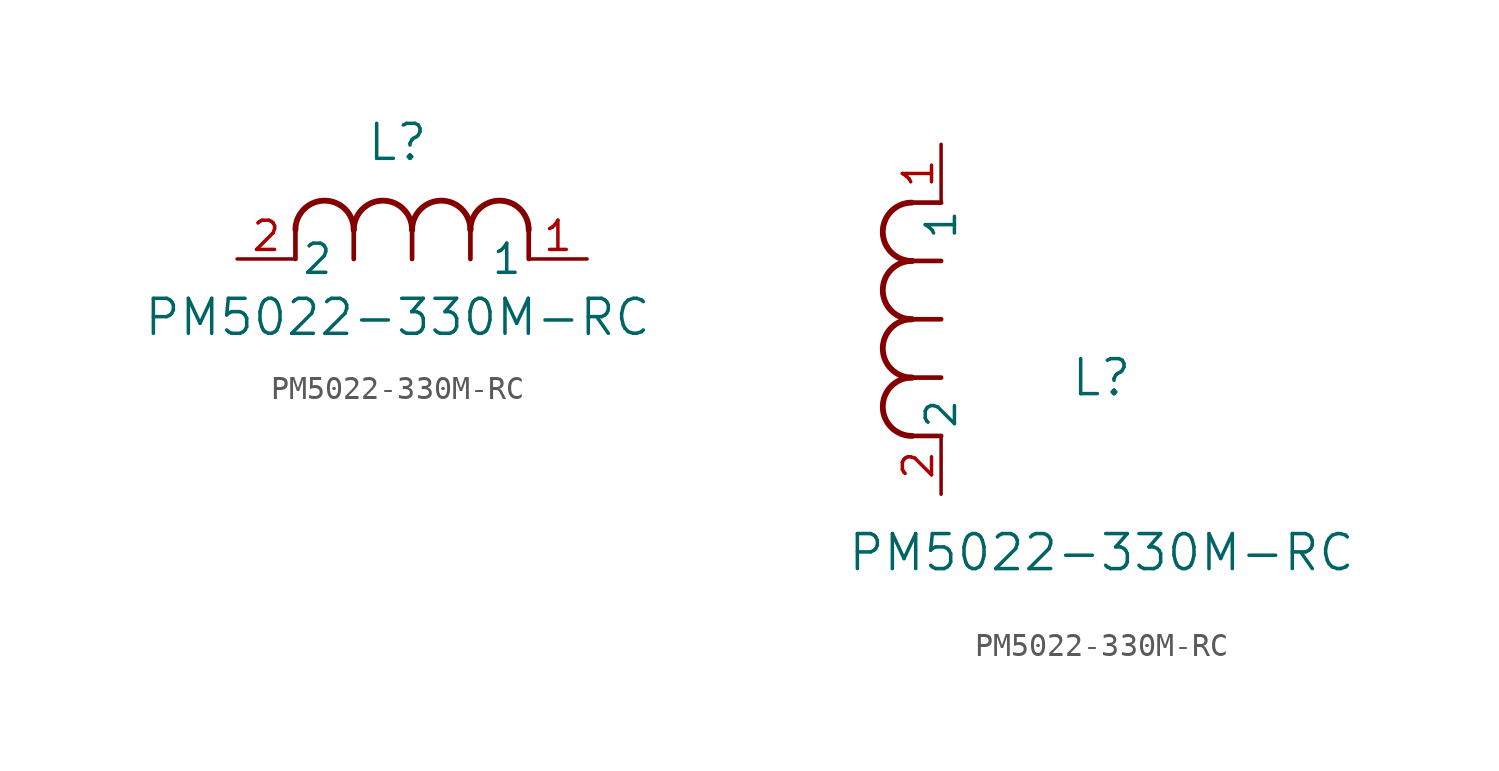
<source format=kicad_sym>
(kicad_symbol_lib
  (version 20211014)
  (generator kicad_symbol_editor)
  (symbol "PM5022-330M-RC"
    (pin_names
      (offset 0.254))
    (property "Reference" "L"
      (at 6.985 5.08 0)
      (effects (font (size 1.524 1.524))))
    (property "Value" "PM5022-330M-RC"
      (at 6.985 -2.54 0)
      (effects (font (size 1.524 1.524))))
    (symbol "PM5022-330M-RC_1_1"
      (arc (start 7.62 1.27) (mid 6.35 2.54) (end 5.08 1.27) (stroke (width 0.254) (type default) (color 0 0 0 0)) (fill (type none)))
      (polyline (pts (xy 5.08 0) (xy 5.08 1.27)) (stroke (width 0.203) (type default) (color 0 0 0 0)) (fill (type none)))
      (polyline (pts (xy 7.62 0) (xy 7.62 1.27)) (stroke (width 0.203) (type default) (color 0 0 0 0)) (fill (type none)))
      (polyline (pts (xy 12.7 0) (xy 12.7 1.27)) (stroke (width 0.203) (type default) (color 0 0 0 0)) (fill (type none)))
      (arc (start 5.08 1.27) (mid 3.81 2.54) (end 2.54 1.27) (stroke (width 0.254) (type default) (color 0 0 0 0)) (fill (type none)))
      (arc (start 10.16 1.27) (mid 8.89 2.54) (end 7.62 1.27) (stroke (width 0.254) (type default) (color 0 0 0 0)) (fill (type none)))
      (arc (start 12.7 1.27) (mid 11.43 2.54) (end 10.16 1.27) (stroke (width 0.254) (type default) (color 0 0 0 0)) (fill (type none)))
      (polyline (pts (xy 2.54 0) (xy 2.54 1.27)) (stroke (width 0.203) (type default) (color 0 0 0 0)) (fill (type none)))
      (polyline (pts (xy 10.16 0) (xy 10.16 1.27)) (stroke (width 0.203) (type default) (color 0 0 0 0)) (fill (type none)))
      (pin unspecified line (at 0 0 0) (length 2.54) (name "2" (effects (font (size 1.27 1.27)))) (number "2" (effects (font (size 1.27 1.27)))))
      (pin unspecified line (at 15.24 0 180) (length 2.54) (name "1" (effects (font (size 1.27 1.27)))) (number "1" (effects (font (size 1.27 1.27))))))
    (symbol "PM5022-330M-RC_1_2"
      (arc (start -1.27 7.62) (mid -2.54 6.35) (end -1.27 5.08) (stroke (width 0.254) (type default) (color 0 0 0 0)) (fill (type none)))
      (arc (start -1.27 5.08) (mid -2.54 3.81) (end -1.27 2.54) (stroke (width 0.254) (type default) (color 0 0 0 0)) (fill (type none)))
      (arc (start -1.27 12.7) (mid -2.54 11.43) (end -1.27 10.16) (stroke (width 0.254) (type default) (color 0 0 0 0)) (fill (type none)))
      (arc (start -1.27 10.16) (mid -2.54 8.89) (end -1.27 7.62) (stroke (width 0.254) (type default) (color 0 0 0 0)) (fill (type none)))
      (polyline (pts (xy 0 7.62) (xy -1.27 7.62)) (stroke (width 0.203) (type default) (color 0 0 0 0)) (fill (type none)))
      (polyline (pts (xy 0 5.08) (xy -1.27 5.08)) (stroke (width 0.203) (type default) (color 0 0 0 0)) (fill (type none)))
      (polyline (pts (xy 0 12.7) (xy -1.27 12.7)) (stroke (width 0.203) (type default) (color 0 0 0 0)) (fill (type none)))
      (polyline (pts (xy 0 2.54) (xy -1.27 2.54)) (stroke (width 0.203) (type default) (color 0 0 0 0)) (fill (type none)))
      (polyline (pts (xy 0 10.16) (xy -1.27 10.16)) (stroke (width 0.203) (type default) (color 0 0 0 0)) (fill (type none)))
      (pin unspecified line (at 0 0 90) (length 2.54) (name "2" (effects (font (size 1.27 1.27)))) (number "2" (effects (font (size 1.27 1.27)))))
      (pin unspecified line (at 0 15.24 270) (length 2.54) (name "1" (effects (font (size 1.27 1.27)))) (number "1" (effects (font (size 1.27 1.27))))))))
</source>
